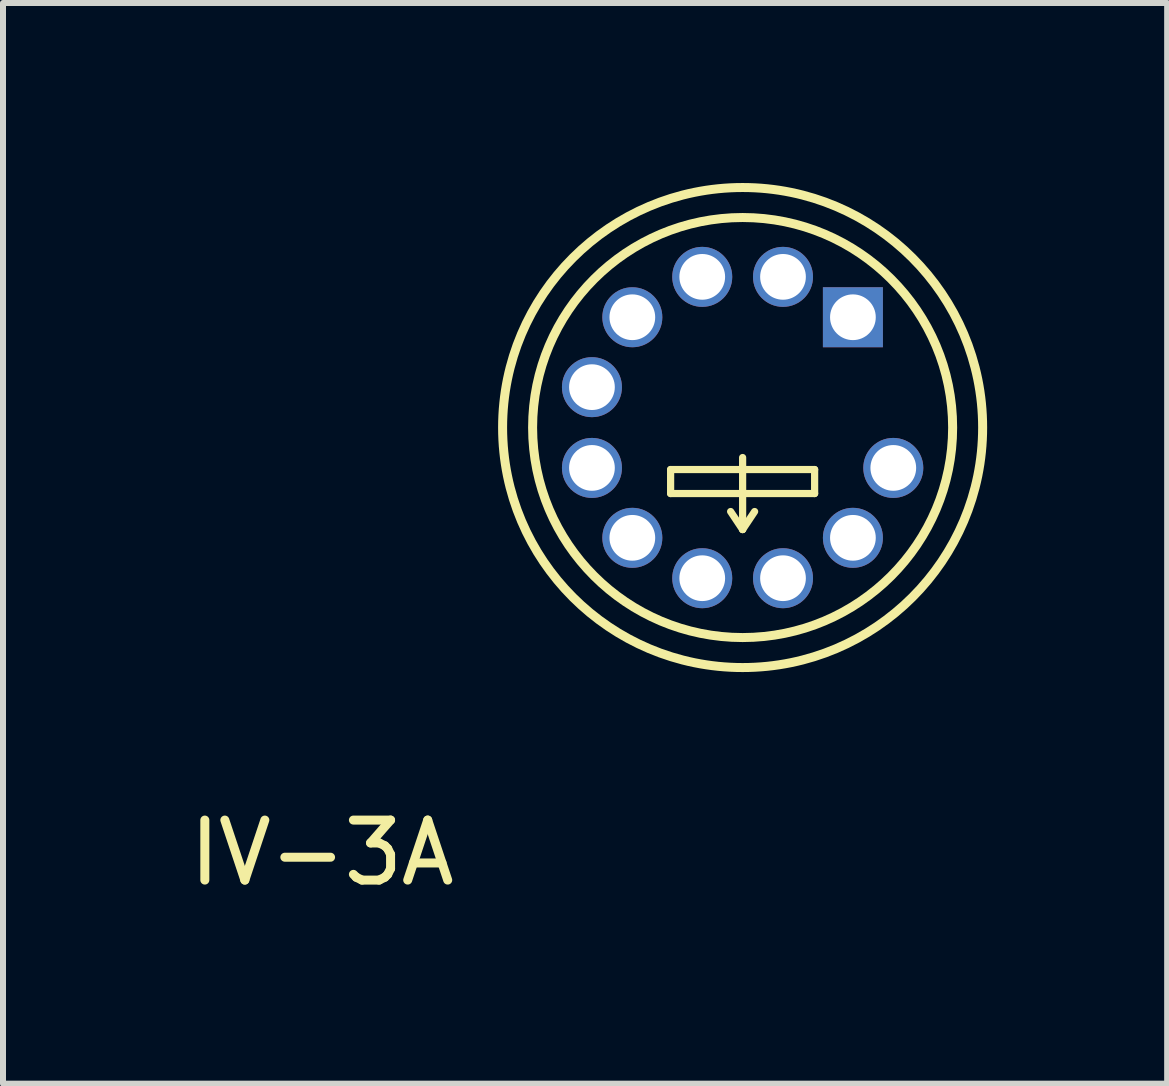
<source format=kicad_pcb>
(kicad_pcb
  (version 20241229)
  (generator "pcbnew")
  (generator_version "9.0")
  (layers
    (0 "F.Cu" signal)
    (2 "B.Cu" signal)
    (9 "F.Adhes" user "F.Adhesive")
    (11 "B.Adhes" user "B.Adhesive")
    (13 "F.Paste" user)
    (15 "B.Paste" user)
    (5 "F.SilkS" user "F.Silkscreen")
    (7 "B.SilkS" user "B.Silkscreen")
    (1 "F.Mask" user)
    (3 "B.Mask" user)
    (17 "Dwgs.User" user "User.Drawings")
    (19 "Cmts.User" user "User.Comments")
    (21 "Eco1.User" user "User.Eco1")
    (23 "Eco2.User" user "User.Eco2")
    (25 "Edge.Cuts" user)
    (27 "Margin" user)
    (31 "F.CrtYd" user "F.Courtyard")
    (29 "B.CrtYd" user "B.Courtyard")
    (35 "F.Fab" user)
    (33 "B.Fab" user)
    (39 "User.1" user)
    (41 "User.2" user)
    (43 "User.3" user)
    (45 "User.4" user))
  (footprint "IV-3A"
    (layer "F.Cu")
    (at 9.326 4.075)
    (property "Reference" "IV-3A" (at -7.01 7.087 0) (layer "F.SilkS") (effects (font (size 1 1) (thickness 0.15))))
    (attr through_hole)
    (fp_line (start -1.2 0.7) (end -1.2 1.1) (stroke (width 0.12) (type solid)) (layer "F.SilkS"))
    (fp_line (start -1.2 1.1) (end 1.2 1.1) (stroke (width 0.12) (type solid)) (layer "F.SilkS"))
    (fp_line (start 0 0.5) (end 0 1.7) (stroke (width 0.12) (type solid)) (layer "F.SilkS"))
    (fp_line (start 0 1.7) (end -0.2 1.4) (stroke (width 0.12) (type solid)) (layer "F.SilkS"))
    (fp_line (start 0 1.7) (end 0.2 1.4) (stroke (width 0.12) (type solid)) (layer "F.SilkS"))
    (fp_line (start 1.2 0.7) (end -1.2 0.7) (stroke (width 0.12) (type solid)) (layer "F.SilkS"))
    (fp_line (start 1.2 1.1) (end 1.2 0.7) (stroke (width 0.12) (type solid)) (layer "F.SilkS"))
    (fp_circle (center 0 0) (end 3.5 0) (stroke (width 0.15) (type solid)) (fill no) (layer "F.SilkS"))
    (fp_circle (center 0 0) (end 4 0) (stroke (width 0.15) (type solid)) (fill no) (layer "F.SilkS"))
    (pad "1" thru_hole rect (at 1.838 -1.838) (size 1 1) (drill 0.762) (layers "*.Cu" "*.Mask"))
    (pad "2" thru_hole circle (at 0.673 -2.511 225) (size 1 1) (drill 0.762) (layers "*.Cu" "*.Mask"))
    (pad "3" thru_hole circle (at -0.673 -2.511 255) (size 1 1) (drill 0.762) (layers "*.Cu" "*.Mask"))
    (pad "4" thru_hole circle (at -1.838 -1.838 285) (size 1 1) (drill 0.762) (layers "*.Cu" "*.Mask"))
    (pad "5" thru_hole circle (at -2.511 -0.673 315) (size 1 1) (drill 0.762) (layers "*.Cu" "*.Mask"))
    (pad "6" thru_hole circle (at -2.511 0.673 345) (size 1 1) (drill 0.762) (layers "*.Cu" "*.Mask"))
    (pad "7" thru_hole circle (at -1.838 1.838 15) (size 1 1) (drill 0.762) (layers "*.Cu" "*.Mask"))
    (pad "8" thru_hole circle (at -0.673 2.511 45) (size 1 1) (drill 0.762) (layers "*.Cu" "*.Mask"))
    (pad "9" thru_hole circle (at 0.673 2.511 75) (size 1 1) (drill 0.762) (layers "*.Cu" "*.Mask"))
    (pad "10" thru_hole circle (at 1.838 1.838 105) (size 1 1) (drill 0.762) (layers "*.Cu" "*.Mask"))
    (pad "11" thru_hole circle (at 2.511 0.673 135) (size 1 1) (drill 0.762) (layers "*.Cu" "*.Mask")))
  (gr_rect
    (start -3 -3)
    (end 16.401 15.01)
    (stroke (width 0.1) (type default))
    (fill no)
    (layer "Edge.Cuts")))
</source>
